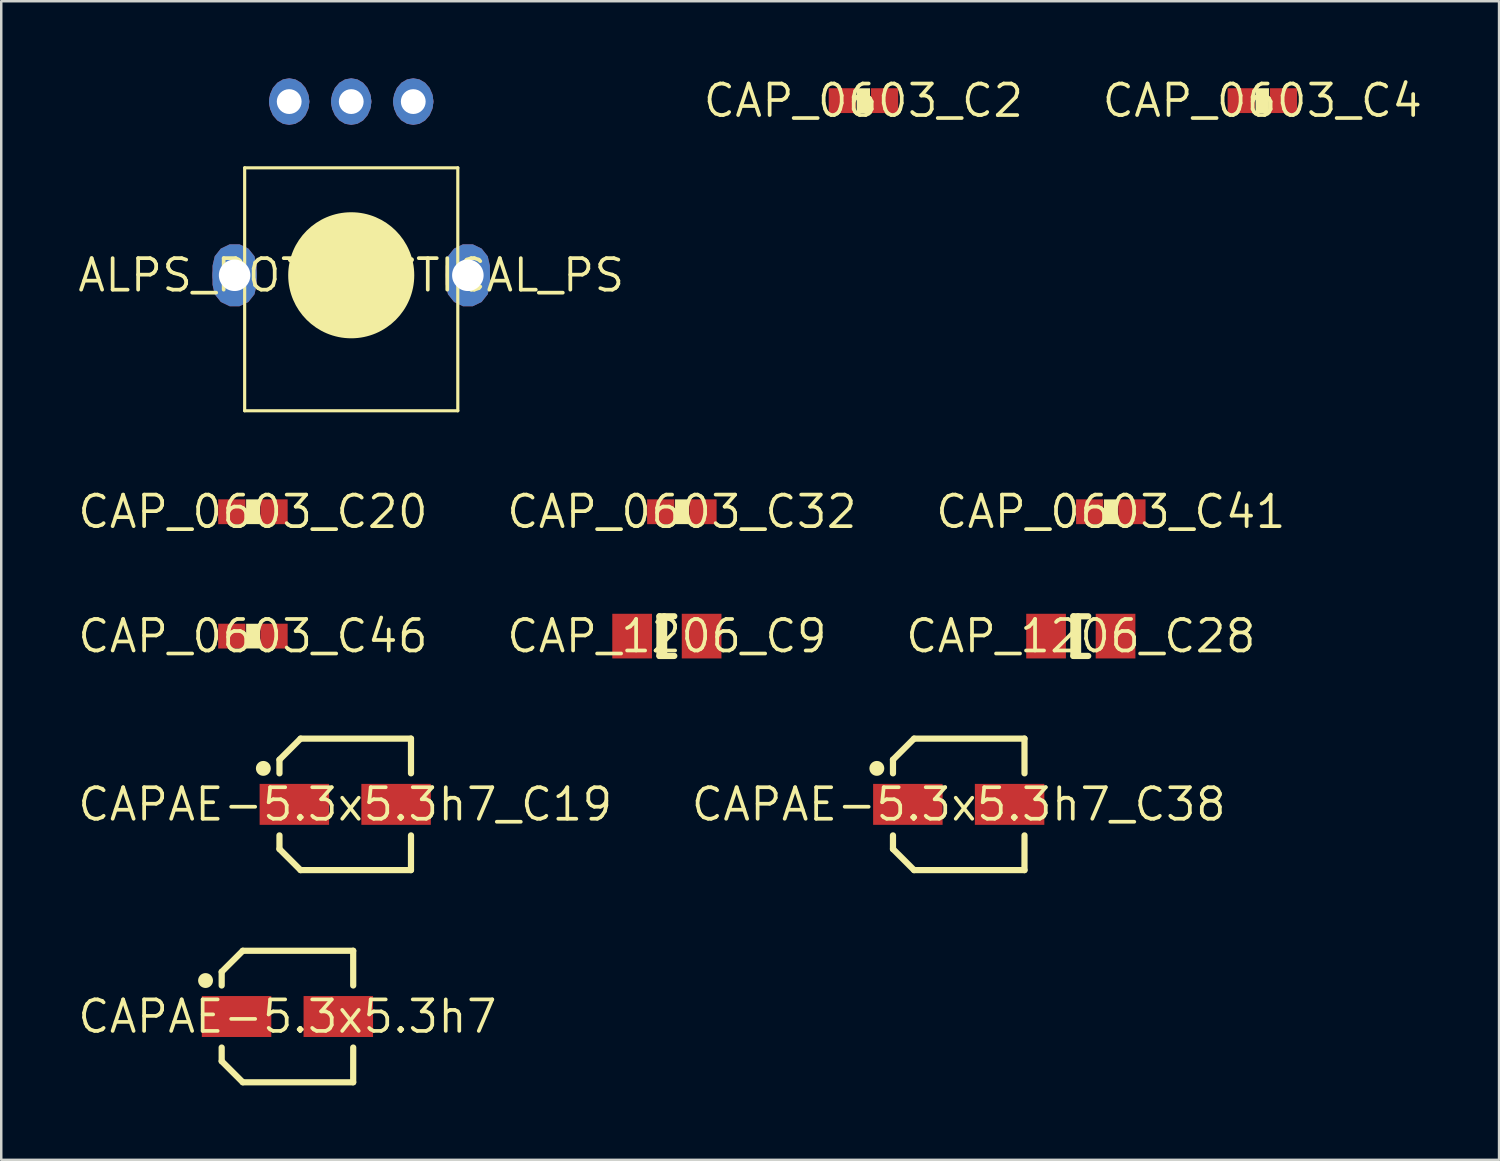
<source format=kicad_pcb>
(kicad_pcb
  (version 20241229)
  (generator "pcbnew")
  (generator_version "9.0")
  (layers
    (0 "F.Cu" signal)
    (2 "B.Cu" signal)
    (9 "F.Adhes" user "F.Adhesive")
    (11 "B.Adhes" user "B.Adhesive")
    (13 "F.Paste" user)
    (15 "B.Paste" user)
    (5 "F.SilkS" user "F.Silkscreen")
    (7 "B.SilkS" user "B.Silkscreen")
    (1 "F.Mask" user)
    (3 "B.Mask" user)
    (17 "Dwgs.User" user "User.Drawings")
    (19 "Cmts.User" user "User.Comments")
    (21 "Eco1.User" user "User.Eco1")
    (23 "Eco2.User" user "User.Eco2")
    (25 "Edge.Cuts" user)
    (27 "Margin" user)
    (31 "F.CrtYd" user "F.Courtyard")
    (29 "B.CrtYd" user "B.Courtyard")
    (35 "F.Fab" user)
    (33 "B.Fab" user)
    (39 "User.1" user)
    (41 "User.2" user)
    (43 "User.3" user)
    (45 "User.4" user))
  (footprint "CAPAE-5.3x5.3h7_C19"
    (layer "F.Cu")
    (at 10.863 29.367)
    (property "Reference" "CAPAE-5.3x5.3h7_C19" (at 0 0 0) (layer "F.SilkS") (effects (font (size 1.27 1.27) (thickness 0.15))))
    (fp_line (start -2.65 -1.8) (end -2.65 -1.25) (stroke (width 0.25) (type solid)) (layer "F.SilkS"))
    (fp_line (start -2.65 -1.8) (end -1.799 -2.65) (stroke (width 0.25) (type solid)) (layer "F.SilkS"))
    (fp_line (start -2.65 1.25) (end -2.65 1.8) (stroke (width 0.25) (type solid)) (layer "F.SilkS"))
    (fp_line (start -2.65 1.8) (end -1.799 2.65) (stroke (width 0.25) (type solid)) (layer "F.SilkS"))
    (fp_line (start 2.65 -2.65) (end -1.799 -2.65) (stroke (width 0.25) (type solid)) (layer "F.SilkS"))
    (fp_line (start 2.65 -2.65) (end 2.651 -1.25) (stroke (width 0.25) (type solid)) (layer "F.SilkS"))
    (fp_line (start 2.65 2.65) (end -1.799 2.65) (stroke (width 0.25) (type solid)) (layer "F.SilkS"))
    (fp_line (start 2.651 1.25) (end 2.65 2.65) (stroke (width 0.25) (type solid)) (layer "F.SilkS"))
    (fp_circle (center -3.3 -1.45) (end -3.15 -1.45) (stroke (width 0.3) (type solid)) (fill yes) (layer "F.SilkS"))
    (pad "1" smd rect (at -2.05 0 270) (size 1.65 2.8) (layers "F.Cu" "F.Mask" "F.Paste"))
    (pad "2" smd rect (at 2.05 0 270) (size 1.65 2.8) (layers "F.Cu" "F.Mask" "F.Paste")))
  (footprint "CAP_0603_C2"
    (layer "F.Cu")
    (at 31.748 1.006)
    (property "Reference" "CAP_0603_C2" (at 0 0 0) (layer "F.SilkS") (effects (font (size 1.27 1.27) (thickness 0.15))))
    (fp_poly (pts (xy -0.274 -0.498) (xy 0.265 -0.498) (xy 0.265 0.498) (xy -0.274 0.498)) (stroke (width 0) (type default)) (fill yes) (layer "F.SilkS"))
    (pad "1" smd rect (at -0.85 0 90) (size 1 1.1) (layers "F.Cu" "F.Mask" "F.Paste"))
    (pad "2" smd rect (at 0.85 0 90) (size 1 1.1) (layers "F.Cu" "F.Mask" "F.Paste")))
  (footprint "CAPAE-5.3x5.3h7_C38"
    (layer "F.Cu")
    (at 35.588 29.367)
    (property "Reference" "CAPAE-5.3x5.3h7_C38" (at 0 0 0) (layer "F.SilkS") (effects (font (size 1.27 1.27) (thickness 0.15))))
    (fp_line (start -2.65 -1.8) (end -2.65 -1.25) (stroke (width 0.25) (type solid)) (layer "F.SilkS"))
    (fp_line (start -2.65 -1.8) (end -1.799 -2.65) (stroke (width 0.25) (type solid)) (layer "F.SilkS"))
    (fp_line (start -2.65 1.25) (end -2.65 1.8) (stroke (width 0.25) (type solid)) (layer "F.SilkS"))
    (fp_line (start -2.65 1.8) (end -1.799 2.65) (stroke (width 0.25) (type solid)) (layer "F.SilkS"))
    (fp_line (start 2.65 -2.65) (end -1.799 -2.65) (stroke (width 0.25) (type solid)) (layer "F.SilkS"))
    (fp_line (start 2.65 -2.65) (end 2.651 -1.25) (stroke (width 0.25) (type solid)) (layer "F.SilkS"))
    (fp_line (start 2.65 2.65) (end -1.799 2.65) (stroke (width 0.25) (type solid)) (layer "F.SilkS"))
    (fp_line (start 2.651 1.25) (end 2.65 2.65) (stroke (width 0.25) (type solid)) (layer "F.SilkS"))
    (fp_circle (center -3.3 -1.45) (end -3.15 -1.45) (stroke (width 0.3) (type solid)) (fill yes) (layer "F.SilkS"))
    (pad "1" smd rect (at -2.05 0 270) (size 1.65 2.8) (layers "F.Cu" "F.Mask" "F.Paste"))
    (pad "2" smd rect (at 2.05 0 270) (size 1.65 2.8) (layers "F.Cu" "F.Mask" "F.Paste")))
  (footprint "CAP_1206_C28"
    (layer "F.Cu")
    (at 40.508 22.586)
    (property "Reference" "CAP_1206_C28" (at 0 0 0) (layer "F.SilkS") (effects (font (size 1.27 1.27) (thickness 0.15))))
    (fp_line (start -0.299 -0.799) (end 0.299 -0.799) (stroke (width 0.25) (type solid)) (layer "F.SilkS"))
    (fp_line (start -0.299 0.799) (end -0.299 -0.799) (stroke (width 0.25) (type solid)) (layer "F.SilkS"))
    (fp_line (start -0.299 0.799) (end 0.299 0.799) (stroke (width 0.25) (type solid)) (layer "F.SilkS"))
    (fp_line (start -0.11 0.799) (end -0.11 -0.799) (stroke (width 0.25) (type solid)) (layer "F.SilkS"))
    (pad "1" smd rect (at -1.4 0 90) (size 1.8 1.6) (layers "F.Cu" "F.Mask" "F.Paste"))
    (pad "2" smd rect (at 1.4 0 90) (size 1.8 1.6) (layers "F.Cu" "F.Mask" "F.Paste")))
  (footprint "CAP_1206_C9"
    (layer "F.Cu")
    (at 23.826 22.586)
    (property "Reference" "CAP_1206_C9" (at 0 0 0) (layer "F.SilkS") (effects (font (size 1.27 1.27) (thickness 0.15))))
    (fp_line (start -0.299 -0.799) (end 0.299 -0.799) (stroke (width 0.25) (type solid)) (layer "F.SilkS"))
    (fp_line (start -0.299 0.799) (end -0.299 -0.799) (stroke (width 0.25) (type solid)) (layer "F.SilkS"))
    (fp_line (start -0.299 0.799) (end 0.299 0.799) (stroke (width 0.25) (type solid)) (layer "F.SilkS"))
    (fp_line (start -0.11 0.799) (end -0.11 -0.799) (stroke (width 0.25) (type solid)) (layer "F.SilkS"))
    (pad "1" smd rect (at -1.4 0 90) (size 1.8 1.6) (layers "F.Cu" "F.Mask" "F.Paste"))
    (pad "2" smd rect (at 1.4 0 90) (size 1.8 1.6) (layers "F.Cu" "F.Mask" "F.Paste")))
  (footprint "CAPAE-5.3x5.3h7"
    (layer "F.Cu")
    (at 8.534 37.917)
    (property "Reference" "CAPAE-5.3x5.3h7" (at 0 0 0) (layer "F.SilkS") (effects (font (size 1.27 1.27) (thickness 0.15))))
    (fp_line (start -2.65 -1.8) (end -2.65 -1.25) (stroke (width 0.25) (type solid)) (layer "F.SilkS"))
    (fp_line (start -2.65 -1.8) (end -1.799 -2.65) (stroke (width 0.25) (type solid)) (layer "F.SilkS"))
    (fp_line (start -2.65 1.25) (end -2.65 1.8) (stroke (width 0.25) (type solid)) (layer "F.SilkS"))
    (fp_line (start -2.65 1.8) (end -1.799 2.65) (stroke (width 0.25) (type solid)) (layer "F.SilkS"))
    (fp_line (start 2.65 -2.65) (end -1.799 -2.65) (stroke (width 0.25) (type solid)) (layer "F.SilkS"))
    (fp_line (start 2.65 -2.65) (end 2.651 -1.25) (stroke (width 0.25) (type solid)) (layer "F.SilkS"))
    (fp_line (start 2.65 2.65) (end -1.799 2.65) (stroke (width 0.25) (type solid)) (layer "F.SilkS"))
    (fp_line (start 2.651 1.25) (end 2.65 2.65) (stroke (width 0.25) (type solid)) (layer "F.SilkS"))
    (fp_circle (center -3.3 -1.45) (end -3.15 -1.45) (stroke (width 0.3) (type solid)) (fill yes) (layer "F.SilkS"))
    (pad "1" smd rect (at -2.05 0 90) (size 1.65 2.8) (layers "F.Cu" "F.Mask" "F.Paste"))
    (pad "2" smd rect (at 2.05 0 90) (size 1.65 2.8) (layers "F.Cu" "F.Mask" "F.Paste")))
  (footprint "CAP_0603_C20"
    (layer "F.Cu")
    (at 7.143 17.574)
    (property "Reference" "CAP_0603_C20" (at 0 0 0) (layer "F.SilkS") (effects (font (size 1.27 1.27) (thickness 0.15))))
    (fp_poly (pts (xy 0.266 0.499) (xy -0.275 0.499) (xy -0.275 -0.499) (xy 0.266 -0.499)) (stroke (width 0) (type default)) (fill yes) (layer "F.SilkS"))
    (pad "1" smd rect (at -0.85 0 90) (size 1 1.1) (layers "F.Cu" "F.Mask" "F.Paste"))
    (pad "2" smd rect (at 0.85 0 90) (size 1 1.1) (layers "F.Cu" "F.Mask" "F.Paste")))
  (footprint "CAP_0603_C32"
    (layer "F.Cu")
    (at 24.43 17.574)
    (property "Reference" "CAP_0603_C32" (at 0 0 0) (layer "F.SilkS") (effects (font (size 1.27 1.27) (thickness 0.15))))
    (fp_poly (pts (xy 0.266 0.499) (xy -0.275 0.499) (xy -0.275 -0.499) (xy 0.266 -0.499)) (stroke (width 0) (type default)) (fill yes) (layer "F.SilkS"))
    (pad "1" smd rect (at -0.85 0 90) (size 1 1.1) (layers "F.Cu" "F.Mask" "F.Paste"))
    (pad "2" smd rect (at 0.85 0 90) (size 1 1.1) (layers "F.Cu" "F.Mask" "F.Paste")))
  (footprint "CAP_0603_C46"
    (layer "F.Cu")
    (at 7.143 22.586)
    (property "Reference" "CAP_0603_C46" (at 0 0 0) (layer "F.SilkS") (effects (font (size 1.27 1.27) (thickness 0.15))))
    (fp_poly (pts (xy -1.4 0.5) (xy -1.4 -0.5) (xy -0.3 -0.5) (xy -0.3 0.5)) (stroke (width 0) (type default)) (fill yes) (layer "F.Mask"))
    (fp_poly (pts (xy 0.3 0.5) (xy 0.3 -0.5) (xy 1.4 -0.5) (xy 1.4 0.5)) (stroke (width 0) (type default)) (fill yes) (layer "F.Mask"))
    (fp_poly (pts (xy -0.274 -0.498) (xy 0.265 -0.498) (xy 0.265 0.498) (xy -0.274 0.498)) (stroke (width 0) (type default)) (fill yes) (layer "F.SilkS"))
    (fp_poly (pts (xy -1.4 0.5) (xy -1.4 -0.5) (xy -0.3 -0.5) (xy -0.3 0.5)) (stroke (width 0) (type default)) (fill yes) (layer "F.Paste"))
    (fp_poly (pts (xy 0.3 0.5) (xy 0.3 -0.5) (xy 1.4 -0.5) (xy 1.4 0.5)) (stroke (width 0) (type default)) (fill yes) (layer "F.Paste"))
    (pad "1" smd rect (at -0.85 0 90) (size 1 1.1) (layers "F.Cu"))
    (pad "2" smd rect (at 0.85 0 90) (size 1 1.1) (layers "F.Cu")))
  (footprint "ALPS_POT_VERTICAL_PS"
    (layer "F.Cu")
    (at 11.105 8.044)
    (property "Reference" "ALPS_POT_VERTICAL_PS" (at 0 0 0) (layer "F.SilkS") (effects (font (size 1.27 1.27) (thickness 0.15))))
    (fp_poly (pts (xy -4.145 -1.076) (xy -3.899 -0.766) (xy -3.811 -0.381) (xy -3.811 0.381) (xy -3.899 0.766) (xy -4.145 1.076) (xy -4.502 1.248) (xy -4.898 1.248) (xy -5.255 1.076) (xy -5.501 0.766) (xy -5.589 0.381) (xy -5.589 -0.381) (xy -5.501 -0.766) (xy -5.255 -1.076) (xy -4.898 -1.248) (xy -4.502 -1.248)) (stroke (width 0) (type default)) (fill yes) (layer "F.Cu"))
    (fp_poly (pts (xy 5.255 -1.076) (xy 5.501 -0.766) (xy 5.589 -0.381) (xy 5.589 0.381) (xy 5.501 0.766) (xy 5.255 1.076) (xy 4.898 1.248) (xy 4.502 1.248) (xy 4.145 1.076) (xy 3.899 0.766) (xy 3.811 0.381) (xy 3.811 -0.381) (xy 3.899 -0.766) (xy 4.145 -1.076) (xy 4.502 -1.248) (xy 4.898 -1.248)) (stroke (width 0) (type default)) (fill yes) (layer "F.Cu"))
    (fp_poly (pts (xy -2.249 -7.894) (xy -2.022 -7.761) (xy -1.842 -7.553) (xy -1.727 -7.29) (xy -1.687 -7) (xy -1.727 -6.71) (xy -1.842 -6.447) (xy -2.022 -6.239) (xy -2.249 -6.106) (xy -2.5 -6.06) (xy -2.751 -6.106) (xy -2.978 -6.239) (xy -3.158 -6.447) (xy -3.273 -6.71) (xy -3.313 -7) (xy -3.273 -7.29) (xy -3.158 -7.553) (xy -2.978 -7.761) (xy -2.751 -7.894) (xy -2.5 -7.94)) (stroke (width 0) (type default)) (fill yes) (layer "F.Cu"))
    (fp_poly (pts (xy 0.251 -7.894) (xy 0.478 -7.761) (xy 0.658 -7.553) (xy 0.773 -7.29) (xy 0.813 -7) (xy 0.773 -6.71) (xy 0.658 -6.447) (xy 0.478 -6.239) (xy 0.251 -6.106) (xy 0 -6.06) (xy -0.251 -6.106) (xy -0.478 -6.239) (xy -0.658 -6.447) (xy -0.773 -6.71) (xy -0.813 -7) (xy -0.773 -7.29) (xy -0.658 -7.553) (xy -0.478 -7.761) (xy -0.251 -7.894) (xy 0 -7.94)) (stroke (width 0) (type default)) (fill yes) (layer "F.Cu"))
    (fp_poly (pts (xy 2.751 -7.894) (xy 2.978 -7.761) (xy 3.158 -7.553) (xy 3.273 -7.29) (xy 3.313 -7) (xy 3.273 -6.71) (xy 3.158 -6.447) (xy 2.978 -6.239) (xy 2.751 -6.106) (xy 2.5 -6.06) (xy 2.249 -6.106) (xy 2.022 -6.239) (xy 1.842 -6.447) (xy 1.727 -6.71) (xy 1.687 -7) (xy 1.727 -7.29) (xy 1.842 -7.553) (xy 2.022 -7.761) (xy 2.249 -7.894) (xy 2.5 -7.94)) (stroke (width 0) (type default)) (fill yes) (layer "F.Cu"))
    (fp_poly (pts (xy -4.08 -1.159) (xy -3.804 -0.812) (xy -3.708 -0.392) (xy -3.708 0.392) (xy -3.804 0.812) (xy -4.08 1.159) (xy -4.479 1.35) (xy -4.921 1.35) (xy -5.32 1.159) (xy -5.596 0.812) (xy -5.692 0.392) (xy -5.692 -0.392) (xy -5.596 -0.812) (xy -5.32 -1.159) (xy -4.921 -1.35) (xy -4.479 -1.35)) (stroke (width 0) (type default)) (fill yes) (layer "F.Mask"))
    (fp_poly (pts (xy 5.32 -1.159) (xy 5.596 -0.812) (xy 5.692 -0.392) (xy 5.692 0.392) (xy 5.596 0.812) (xy 5.32 1.159) (xy 4.921 1.35) (xy 4.479 1.35) (xy 4.08 1.159) (xy 3.804 0.812) (xy 3.708 0.392) (xy 3.708 -0.392) (xy 3.804 -0.812) (xy 4.08 -1.159) (xy 4.479 -1.35) (xy 4.921 -1.35)) (stroke (width 0) (type default)) (fill yes) (layer "F.Mask"))
    (fp_poly (pts (xy -2.213 -7.991) (xy -1.955 -7.84) (xy -1.755 -7.608) (xy -1.627 -7.318) (xy -1.584 -7) (xy -1.627 -6.682) (xy -1.755 -6.392) (xy -1.955 -6.16) (xy -2.213 -6.009) (xy -2.5 -5.956) (xy -2.787 -6.009) (xy -3.045 -6.16) (xy -3.245 -6.392) (xy -3.373 -6.682) (xy -3.416 -7) (xy -3.373 -7.318) (xy -3.245 -7.608) (xy -3.045 -7.84) (xy -2.787 -7.991) (xy -2.5 -8.044)) (stroke (width 0) (type default)) (fill yes) (layer "F.Mask"))
    (fp_poly (pts (xy 0.287 -7.991) (xy 0.545 -7.84) (xy 0.745 -7.608) (xy 0.873 -7.318) (xy 0.916 -7) (xy 0.873 -6.682) (xy 0.745 -6.392) (xy 0.545 -6.16) (xy 0.287 -6.009) (xy 0 -5.956) (xy -0.287 -6.009) (xy -0.545 -6.16) (xy -0.745 -6.392) (xy -0.873 -6.682) (xy -0.916 -7) (xy -0.873 -7.318) (xy -0.745 -7.608) (xy -0.545 -7.84) (xy -0.287 -7.991) (xy 0 -8.044)) (stroke (width 0) (type default)) (fill yes) (layer "F.Mask"))
    (fp_poly (pts (xy 2.787 -7.991) (xy 3.045 -7.84) (xy 3.245 -7.608) (xy 3.373 -7.318) (xy 3.416 -7) (xy 3.373 -6.682) (xy 3.245 -6.392) (xy 3.045 -6.16) (xy 2.787 -6.009) (xy 2.5 -5.956) (xy 2.213 -6.009) (xy 1.955 -6.16) (xy 1.755 -6.392) (xy 1.627 -6.682) (xy 1.584 -7) (xy 1.627 -7.318) (xy 1.755 -7.608) (xy 1.955 -7.84) (xy 2.213 -7.991) (xy 2.5 -8.044)) (stroke (width 0) (type default)) (fill yes) (layer "F.Mask"))
    (fp_poly (pts (xy -4.145 -1.076) (xy -3.899 -0.766) (xy -3.811 -0.381) (xy -3.811 0.381) (xy -3.899 0.766) (xy -4.145 1.076) (xy -4.502 1.248) (xy -4.898 1.248) (xy -5.255 1.076) (xy -5.501 0.766) (xy -5.589 0.381) (xy -5.589 -0.381) (xy -5.501 -0.766) (xy -5.255 -1.076) (xy -4.898 -1.248) (xy -4.502 -1.248)) (stroke (width 0) (type default)) (fill yes) (layer "B.Cu"))
    (fp_poly (pts (xy 5.255 -1.076) (xy 5.501 -0.766) (xy 5.589 -0.381) (xy 5.589 0.381) (xy 5.501 0.766) (xy 5.255 1.076) (xy 4.898 1.248) (xy 4.502 1.248) (xy 4.145 1.076) (xy 3.899 0.766) (xy 3.811 0.381) (xy 3.811 -0.381) (xy 3.899 -0.766) (xy 4.145 -1.076) (xy 4.502 -1.248) (xy 4.898 -1.248)) (stroke (width 0) (type default)) (fill yes) (layer "B.Cu"))
    (fp_poly (pts (xy -2.249 -7.894) (xy -2.022 -7.761) (xy -1.842 -7.553) (xy -1.727 -7.29) (xy -1.687 -7) (xy -1.727 -6.71) (xy -1.842 -6.447) (xy -2.022 -6.239) (xy -2.249 -6.106) (xy -2.5 -6.06) (xy -2.751 -6.106) (xy -2.978 -6.239) (xy -3.158 -6.447) (xy -3.273 -6.71) (xy -3.313 -7) (xy -3.273 -7.29) (xy -3.158 -7.553) (xy -2.978 -7.761) (xy -2.751 -7.894) (xy -2.5 -7.94)) (stroke (width 0) (type default)) (fill yes) (layer "B.Cu"))
    (fp_poly (pts (xy 0.251 -7.894) (xy 0.478 -7.761) (xy 0.658 -7.553) (xy 0.773 -7.29) (xy 0.813 -7) (xy 0.773 -6.71) (xy 0.658 -6.447) (xy 0.478 -6.239) (xy 0.251 -6.106) (xy 0 -6.06) (xy -0.251 -6.106) (xy -0.478 -6.239) (xy -0.658 -6.447) (xy -0.773 -6.71) (xy -0.813 -7) (xy -0.773 -7.29) (xy -0.658 -7.553) (xy -0.478 -7.761) (xy -0.251 -7.894) (xy 0 -7.94)) (stroke (width 0) (type default)) (fill yes) (layer "B.Cu"))
    (fp_poly (pts (xy 2.751 -7.894) (xy 2.978 -7.761) (xy 3.158 -7.553) (xy 3.273 -7.29) (xy 3.313 -7) (xy 3.273 -6.71) (xy 3.158 -6.447) (xy 2.978 -6.239) (xy 2.751 -6.106) (xy 2.5 -6.06) (xy 2.249 -6.106) (xy 2.022 -6.239) (xy 1.842 -6.447) (xy 1.727 -6.71) (xy 1.687 -7) (xy 1.727 -7.29) (xy 1.842 -7.553) (xy 2.022 -7.761) (xy 2.249 -7.894) (xy 2.5 -7.94)) (stroke (width 0) (type default)) (fill yes) (layer "B.Cu"))
    (fp_poly (pts (xy -4.08 -1.159) (xy -3.804 -0.812) (xy -3.708 -0.392) (xy -3.708 0.392) (xy -3.804 0.812) (xy -4.08 1.159) (xy -4.479 1.35) (xy -4.921 1.35) (xy -5.32 1.159) (xy -5.596 0.812) (xy -5.692 0.392) (xy -5.692 -0.392) (xy -5.596 -0.812) (xy -5.32 -1.159) (xy -4.921 -1.35) (xy -4.479 -1.35)) (stroke (width 0) (type default)) (fill yes) (layer "B.Mask"))
    (fp_poly (pts (xy 5.32 -1.159) (xy 5.596 -0.812) (xy 5.692 -0.392) (xy 5.692 0.392) (xy 5.596 0.812) (xy 5.32 1.159) (xy 4.921 1.35) (xy 4.479 1.35) (xy 4.08 1.159) (xy 3.804 0.812) (xy 3.708 0.392) (xy 3.708 -0.392) (xy 3.804 -0.812) (xy 4.08 -1.159) (xy 4.479 -1.35) (xy 4.921 -1.35)) (stroke (width 0) (type default)) (fill yes) (layer "B.Mask"))
    (fp_poly (pts (xy -2.213 -7.991) (xy -1.955 -7.84) (xy -1.755 -7.608) (xy -1.627 -7.318) (xy -1.584 -7) (xy -1.627 -6.682) (xy -1.755 -6.392) (xy -1.955 -6.16) (xy -2.213 -6.009) (xy -2.5 -5.956) (xy -2.787 -6.009) (xy -3.045 -6.16) (xy -3.245 -6.392) (xy -3.373 -6.682) (xy -3.416 -7) (xy -3.373 -7.318) (xy -3.245 -7.608) (xy -3.045 -7.84) (xy -2.787 -7.991) (xy -2.5 -8.044)) (stroke (width 0) (type default)) (fill yes) (layer "B.Mask"))
    (fp_poly (pts (xy 0.287 -7.991) (xy 0.545 -7.84) (xy 0.745 -7.608) (xy 0.873 -7.318) (xy 0.916 -7) (xy 0.873 -6.682) (xy 0.745 -6.392) (xy 0.545 -6.16) (xy 0.287 -6.009) (xy 0 -5.956) (xy -0.287 -6.009) (xy -0.545 -6.16) (xy -0.745 -6.392) (xy -0.873 -6.682) (xy -0.916 -7) (xy -0.873 -7.318) (xy -0.745 -7.608) (xy -0.545 -7.84) (xy -0.287 -7.991) (xy 0 -8.044)) (stroke (width 0) (type default)) (fill yes) (layer "B.Mask"))
    (fp_poly (pts (xy 2.787 -7.991) (xy 3.045 -7.84) (xy 3.245 -7.608) (xy 3.373 -7.318) (xy 3.416 -7) (xy 3.373 -6.682) (xy 3.245 -6.392) (xy 3.045 -6.16) (xy 2.787 -6.009) (xy 2.5 -5.956) (xy 2.213 -6.009) (xy 1.955 -6.16) (xy 1.755 -6.392) (xy 1.627 -6.682) (xy 1.584 -7) (xy 1.627 -7.318) (xy 1.755 -7.608) (xy 1.955 -7.84) (xy 2.213 -7.991) (xy 2.5 -8.044)) (stroke (width 0) (type default)) (fill yes) (layer "B.Mask"))
    (fp_line (start -4.295 -4.33) (end 4.295 -4.33) (stroke (width 0.127) (type solid)) (layer "F.SilkS"))
    (fp_line (start -4.295 5.46) (end -4.295 -4.33) (stroke (width 0.127) (type solid)) (layer "F.SilkS"))
    (fp_line (start -2.45 -0.625) (end 2.425 -0.625) (stroke (width 0.203) (type solid)) (layer "F.SilkS"))
    (fp_line (start -1.1 -0.625) (end 1.1 -0.625) (stroke (width 0.203) (type solid)) (layer "F.SilkS"))
    (fp_line (start 4.295 -4.33) (end 4.295 5.46) (stroke (width 0.127) (type solid)) (layer "F.SilkS"))
    (fp_line (start 4.295 5.46) (end -4.295 5.46) (stroke (width 0.127) (type solid)) (layer "F.SilkS"))
    (fp_arc (start 1.100001 -0.624999) (mid -0.000001 1.264524) (end -1.1 -0.625) (stroke (width 0.203) (type solid)) (layer "F.SilkS"))
    (fp_circle (center 0 0) (end 1.27 0) (stroke (width 2.54) (type solid)) (fill yes) (layer "F.SilkS"))
    (pad "P$1" thru_hole circle (at -2.5 -7) (size 1.611 1.611) (drill 1) (layers "*.Cu"))
    (pad "P$2" thru_hole circle (at 0 -7) (size 1.611 1.611) (drill 1) (layers "*.Cu"))
    (pad "P$3" thru_hole circle (at 2.5 -7) (size 1.611 1.611) (drill 1) (layers "*.Cu"))
    (pad "P$4" thru_hole circle (at -4.7 0) (size 1.778 1.778) (drill 1.27) (layers "*.Cu"))
    (pad "P$5" thru_hole circle (at 4.7 0) (size 1.778 1.778) (drill 1.27) (layers "*.Cu")))
  (footprint "CAP_0603_C41"
    (layer "F.Cu")
    (at 41.717 17.574)
    (property "Reference" "CAP_0603_C41" (at 0 0 0) (layer "F.SilkS") (effects (font (size 1.27 1.27) (thickness 0.15))))
    (fp_poly (pts (xy -0.274 -0.498) (xy 0.265 -0.498) (xy 0.265 0.498) (xy -0.274 0.498)) (stroke (width 0) (type default)) (fill yes) (layer "F.SilkS"))
    (pad "1" smd rect (at -0.85 0 90) (size 1 1.1) (layers "F.Cu" "F.Mask" "F.Paste"))
    (pad "2" smd rect (at 0.85 0 90) (size 1 1.1) (layers "F.Cu" "F.Mask" "F.Paste")))
  (footprint "CAP_0603_C4"
    (layer "F.Cu")
    (at 47.825 1.006)
    (property "Reference" "CAP_0603_C4" (at 0 0 0) (layer "F.SilkS") (effects (font (size 1.27 1.27) (thickness 0.15))))
    (fp_poly (pts (xy 0.266 0.499) (xy -0.275 0.499) (xy -0.275 -0.499) (xy 0.266 -0.499)) (stroke (width 0) (type default)) (fill yes) (layer "F.SilkS"))
    (pad "1" smd rect (at -0.85 0 270) (size 1 1.1) (layers "F.Cu" "F.Mask" "F.Paste"))
    (pad "2" smd rect (at 0.85 0 270) (size 1 1.1) (layers "F.Cu" "F.Mask" "F.Paste")))
  (gr_rect
    (start -3 -3)
    (end 57.364 43.692)
    (stroke (width 0.1) (type default))
    (fill no)
    (layer "Edge.Cuts")))
</source>
